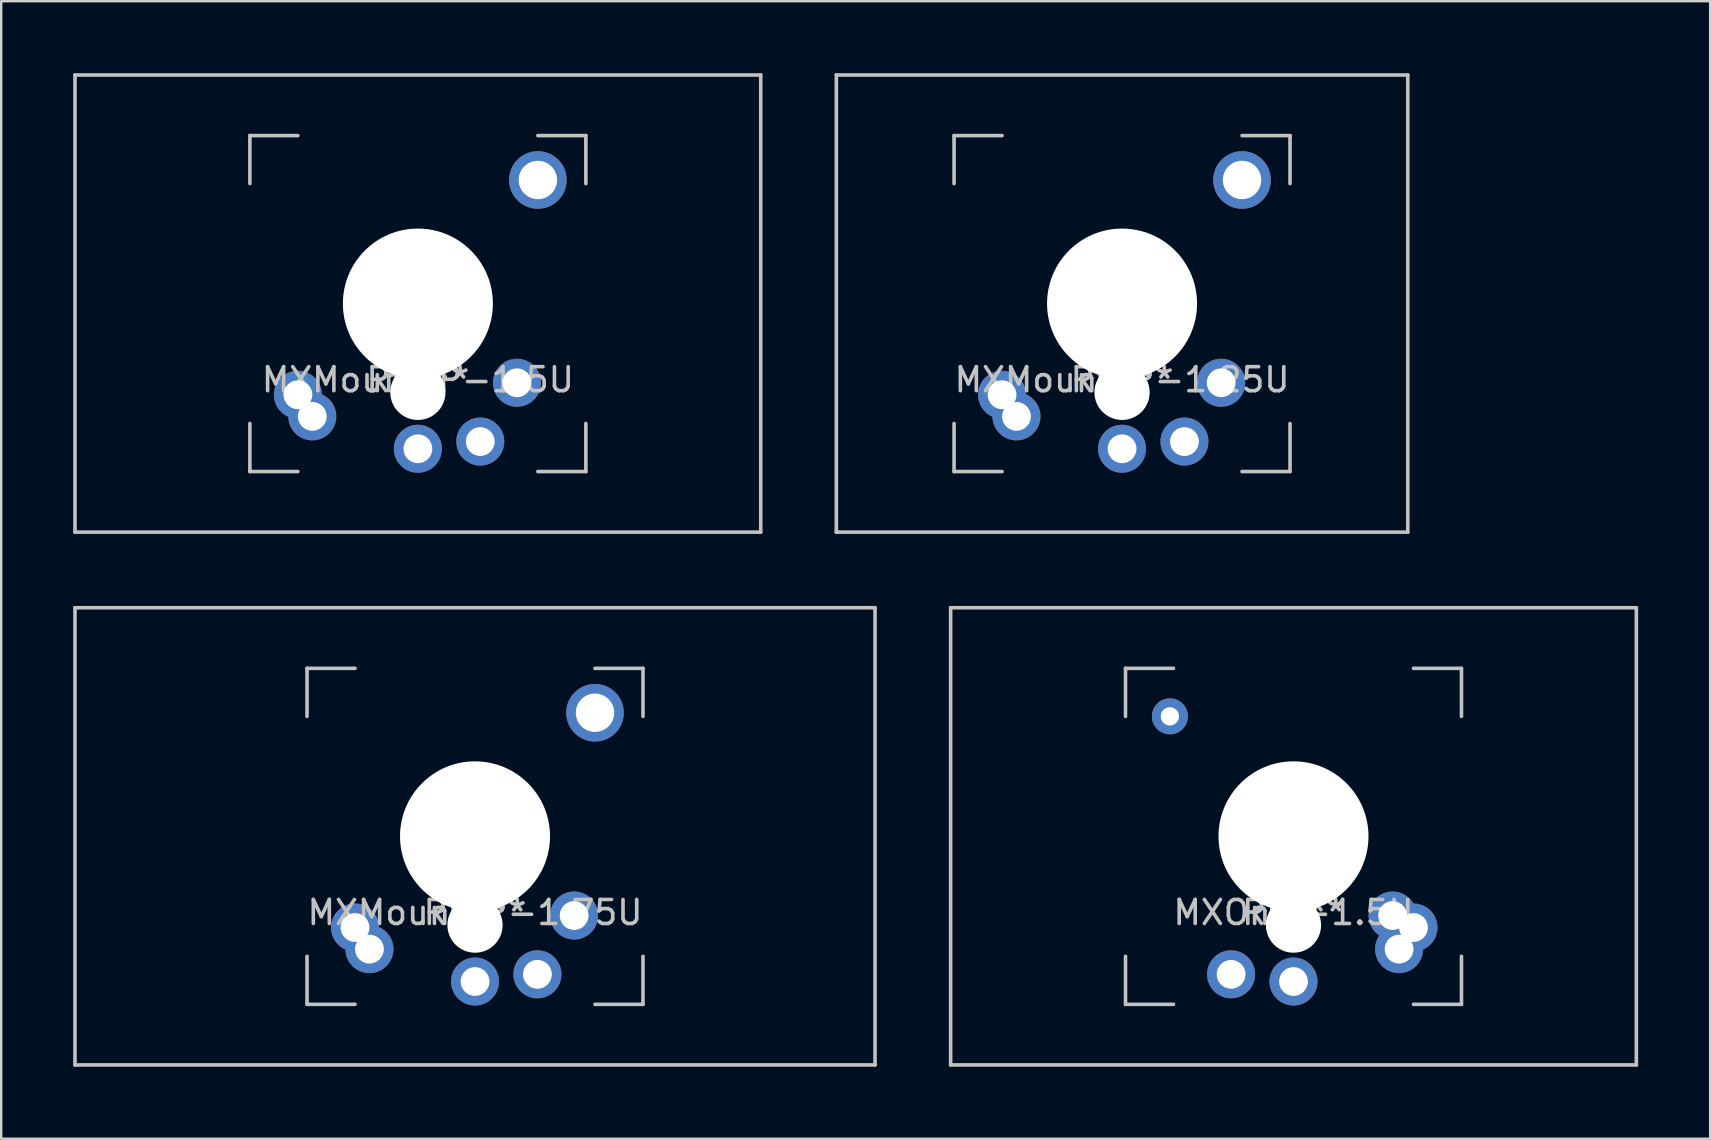
<source format=kicad_pcb>
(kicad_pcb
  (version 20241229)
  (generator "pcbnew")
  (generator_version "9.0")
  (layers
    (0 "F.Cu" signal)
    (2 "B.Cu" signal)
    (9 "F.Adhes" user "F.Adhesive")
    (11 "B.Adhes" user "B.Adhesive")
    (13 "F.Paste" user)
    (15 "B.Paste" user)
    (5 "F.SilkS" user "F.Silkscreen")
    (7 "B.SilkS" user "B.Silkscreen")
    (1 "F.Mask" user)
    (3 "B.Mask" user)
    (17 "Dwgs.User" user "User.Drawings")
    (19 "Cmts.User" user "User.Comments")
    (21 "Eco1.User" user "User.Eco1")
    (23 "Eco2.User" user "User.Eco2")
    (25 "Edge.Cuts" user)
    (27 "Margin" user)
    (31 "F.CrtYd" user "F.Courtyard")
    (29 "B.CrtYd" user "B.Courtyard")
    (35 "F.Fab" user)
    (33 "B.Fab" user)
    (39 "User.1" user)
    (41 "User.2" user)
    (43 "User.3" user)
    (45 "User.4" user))
  (footprint "MXOnly-1.5U"
    (layer "F.Cu")
    (at 50.85 31.8)
    (property "Reference" "MXOnly-1.5U" (at 0 3.175 0) (layer "Dwgs.User") (effects (font (size 1 1) (thickness 0.15))))
    (attr through_hole)
    (fp_line (start -14.287 -9.525) (end 14.287 -9.525) (stroke (width 0.15) (type solid)) (layer "Dwgs.User"))
    (fp_line (start -14.287 9.525) (end -14.287 -9.525) (stroke (width 0.15) (type solid)) (layer "Dwgs.User"))
    (fp_line (start -14.287 9.525) (end 14.287 9.525) (stroke (width 0.15) (type solid)) (layer "Dwgs.User"))
    (fp_line (start -7 -7) (end -7 -5) (stroke (width 0.15) (type solid)) (layer "Dwgs.User"))
    (fp_line (start -7 5) (end -7 7) (stroke (width 0.15) (type solid)) (layer "Dwgs.User"))
    (fp_line (start -7 7) (end -5 7) (stroke (width 0.15) (type solid)) (layer "Dwgs.User"))
    (fp_line (start -5 -7) (end -7 -7) (stroke (width 0.15) (type solid)) (layer "Dwgs.User"))
    (fp_line (start 5 -7) (end 7 -7) (stroke (width 0.15) (type solid)) (layer "Dwgs.User"))
    (fp_line (start 5 7) (end 7 7) (stroke (width 0.15) (type solid)) (layer "Dwgs.User"))
    (fp_line (start 7 -7) (end 7 -5) (stroke (width 0.15) (type solid)) (layer "Dwgs.User"))
    (fp_line (start 7 7) (end 7 5) (stroke (width 0.15) (type solid)) (layer "Dwgs.User"))
    (fp_line (start 14.287 -9.525) (end 14.287 9.525) (stroke (width 0.15) (type solid)) (layer "Dwgs.User"))
    (fp_text user "REF**" (at 0 3.175 0) (layer "Dwgs.User") (effects (font (size 1 1) (thickness 0.15))))
    (pad "" np_thru_hole circle (at 0 0 180) (size 6.25 6.25) (drill 6.25) (layers "*.Cu" "*.Mask"))
    (pad "" np_thru_hole circle (at 0 3.7 180) (size 2.3 2.3) (drill 2.3) (layers "*.Cu" "*.Mask"))
    (pad "1" thru_hole circle (at -2.6 5.75 41.9) (size 2 2) (drill 1.2) (layers "*.Cu" "*.Mask"))
    (pad "1" thru_hole circle (at 0 5.9) (size 1.2 1.2) (drill 0.762) (layers "*.Cu" "*.Mask"))
    (pad "1" thru_hole circle (at 0 6.05 180) (size 2 2) (drill 1.2) (layers "*.Cu" "*.Mask"))
    (pad "2" thru_hole circle (at 4.13 3.3 41.9) (size 2 2) (drill 1.2) (layers "*.Cu" "*.Mask"))
    (pad "2" thru_hole circle (at 4.4 4.7 41.9) (size 2 2) (drill 1.2) (layers "*.Cu" "*.Mask"))
    (pad "2" thru_hole circle (at 5 3.8) (size 2 2) (drill 1.2) (layers "*.Cu" "*.Mask"))
    (pad "3" thru_hole circle (at -5.15 -5) (size 1.5 1.5) (drill 0.762) (layers "*.Cu" "*.Mask")))
  (footprint "MXMountLP-1.25U"
    (layer "F.Cu")
    (at 43.706 9.6)
    (property "Reference" "MXMountLP-1.25U" (at 0 3.175 0) (layer "Dwgs.User") (effects (font (size 1 1) (thickness 0.15))))
    (attr through_hole)
    (fp_line (start -11.906 -9.525) (end 11.906 -9.525) (stroke (width 0.15) (type solid)) (layer "Dwgs.User"))
    (fp_line (start -11.906 9.525) (end -11.906 -9.525) (stroke (width 0.15) (type solid)) (layer "Dwgs.User"))
    (fp_line (start -11.906 9.525) (end 11.906 9.525) (stroke (width 0.15) (type solid)) (layer "Dwgs.User"))
    (fp_line (start -7 -7) (end -7 -5) (stroke (width 0.15) (type solid)) (layer "Dwgs.User"))
    (fp_line (start -7 5) (end -7 7) (stroke (width 0.15) (type solid)) (layer "Dwgs.User"))
    (fp_line (start -7 7) (end -5 7) (stroke (width 0.15) (type solid)) (layer "Dwgs.User"))
    (fp_line (start -5 -7) (end -7 -7) (stroke (width 0.15) (type solid)) (layer "Dwgs.User"))
    (fp_line (start 5 -7) (end 7 -7) (stroke (width 0.15) (type solid)) (layer "Dwgs.User"))
    (fp_line (start 5 7) (end 7 7) (stroke (width 0.15) (type solid)) (layer "Dwgs.User"))
    (fp_line (start 7 -7) (end 7 -5) (stroke (width 0.15) (type solid)) (layer "Dwgs.User"))
    (fp_line (start 7 7) (end 7 5) (stroke (width 0.15) (type solid)) (layer "Dwgs.User"))
    (fp_line (start 11.906 -9.525) (end 11.906 9.525) (stroke (width 0.15) (type solid)) (layer "Dwgs.User"))
    (fp_text user "REF**" (at 0 3.175 0) (layer "Dwgs.User") (effects (font (size 1 1) (thickness 0.15))))
    (pad "" np_thru_hole circle (at 0 0 180) (size 6.25 6.25) (drill 6.25) (layers "*.Cu" "*.Mask"))
    (pad "" np_thru_hole circle (at 0 3.7 180) (size 2.3 2.3) (drill 2.3) (layers "*.Cu" "*.Mask"))
    (pad "" thru_hole circle (at 5 -5.15 41.9) (size 2.4 2.4) (drill 1.6) (layers "*.Cu" "*.Mask"))
    (pad "1" thru_hole circle (at -5 3.8 41.9) (size 2 2) (drill 1.2) (layers "*.Cu" "*.Mask"))
    (pad "1" thru_hole circle (at -4.4 4.7 41.9) (size 2 2) (drill 1.2) (layers "*.Cu" "*.Mask"))
    (pad "1" thru_hole circle (at 4.13 3.3 41.9) (size 2 2) (drill 1.2) (layers "*.Cu" "*.Mask"))
    (pad "2" thru_hole circle (at 0 6.05 180) (size 2 2) (drill 1.2) (layers "*.Cu" "*.Mask"))
    (pad "2" thru_hole circle (at 2.6 5.75 41.9) (size 2 2) (drill 1.2) (layers "*.Cu" "*.Mask")))
  (footprint "MXMountLP-1.5U"
    (layer "F.Cu")
    (at 14.363 9.6)
    (property "Reference" "MXMountLP-1.5U" (at 0 3.175 0) (layer "Dwgs.User") (effects (font (size 1 1) (thickness 0.15))))
    (attr through_hole)
    (fp_line (start -14.287 -9.525) (end 14.287 -9.525) (stroke (width 0.15) (type solid)) (layer "Dwgs.User"))
    (fp_line (start -14.287 9.525) (end -14.287 -9.525) (stroke (width 0.15) (type solid)) (layer "Dwgs.User"))
    (fp_line (start -14.287 9.525) (end 14.287 9.525) (stroke (width 0.15) (type solid)) (layer "Dwgs.User"))
    (fp_line (start -7 -7) (end -7 -5) (stroke (width 0.15) (type solid)) (layer "Dwgs.User"))
    (fp_line (start -7 5) (end -7 7) (stroke (width 0.15) (type solid)) (layer "Dwgs.User"))
    (fp_line (start -7 7) (end -5 7) (stroke (width 0.15) (type solid)) (layer "Dwgs.User"))
    (fp_line (start -5 -7) (end -7 -7) (stroke (width 0.15) (type solid)) (layer "Dwgs.User"))
    (fp_line (start 5 -7) (end 7 -7) (stroke (width 0.15) (type solid)) (layer "Dwgs.User"))
    (fp_line (start 5 7) (end 7 7) (stroke (width 0.15) (type solid)) (layer "Dwgs.User"))
    (fp_line (start 7 -7) (end 7 -5) (stroke (width 0.15) (type solid)) (layer "Dwgs.User"))
    (fp_line (start 7 7) (end 7 5) (stroke (width 0.15) (type solid)) (layer "Dwgs.User"))
    (fp_line (start 14.287 -9.525) (end 14.287 9.525) (stroke (width 0.15) (type solid)) (layer "Dwgs.User"))
    (fp_text user "REF**" (at 0 3.175 0) (layer "Dwgs.User") (effects (font (size 1 1) (thickness 0.15))))
    (pad "" np_thru_hole circle (at 0 0 180) (size 6.25 6.25) (drill 6.25) (layers "*.Cu" "*.Mask"))
    (pad "" np_thru_hole circle (at 0 3.7 180) (size 2.3 2.3) (drill 2.3) (layers "*.Cu" "*.Mask"))
    (pad "" thru_hole circle (at 5 -5.15 41.9) (size 2.4 2.4) (drill 1.6) (layers "*.Cu" "*.Mask"))
    (pad "1" thru_hole circle (at -5 3.8 41.9) (size 2 2) (drill 1.2) (layers "*.Cu" "*.Mask"))
    (pad "1" thru_hole circle (at -4.4 4.7 41.9) (size 2 2) (drill 1.2) (layers "*.Cu" "*.Mask"))
    (pad "1" thru_hole circle (at 4.13 3.3 41.9) (size 2 2) (drill 1.2) (layers "*.Cu" "*.Mask"))
    (pad "2" thru_hole circle (at 0 6.05 180) (size 2 2) (drill 1.2) (layers "*.Cu" "*.Mask"))
    (pad "2" thru_hole circle (at 2.6 5.75 41.9) (size 2 2) (drill 1.2) (layers "*.Cu" "*.Mask")))
  (footprint "MXMountLP-1.75U"
    (layer "F.Cu")
    (at 16.744 31.8)
    (property "Reference" "MXMountLP-1.75U" (at 0 3.175 0) (layer "Dwgs.User") (effects (font (size 1 1) (thickness 0.15))))
    (attr through_hole)
    (fp_line (start -16.669 -9.525) (end 16.669 -9.525) (stroke (width 0.15) (type solid)) (layer "Dwgs.User"))
    (fp_line (start -16.669 9.525) (end -16.669 -9.525) (stroke (width 0.15) (type solid)) (layer "Dwgs.User"))
    (fp_line (start -16.669 9.525) (end 16.669 9.525) (stroke (width 0.15) (type solid)) (layer "Dwgs.User"))
    (fp_line (start -7 -7) (end -7 -5) (stroke (width 0.15) (type solid)) (layer "Dwgs.User"))
    (fp_line (start -7 5) (end -7 7) (stroke (width 0.15) (type solid)) (layer "Dwgs.User"))
    (fp_line (start -7 7) (end -5 7) (stroke (width 0.15) (type solid)) (layer "Dwgs.User"))
    (fp_line (start -5 -7) (end -7 -7) (stroke (width 0.15) (type solid)) (layer "Dwgs.User"))
    (fp_line (start 5 -7) (end 7 -7) (stroke (width 0.15) (type solid)) (layer "Dwgs.User"))
    (fp_line (start 5 7) (end 7 7) (stroke (width 0.15) (type solid)) (layer "Dwgs.User"))
    (fp_line (start 7 -7) (end 7 -5) (stroke (width 0.15) (type solid)) (layer "Dwgs.User"))
    (fp_line (start 7 7) (end 7 5) (stroke (width 0.15) (type solid)) (layer "Dwgs.User"))
    (fp_line (start 16.669 -9.525) (end 16.669 9.525) (stroke (width 0.15) (type solid)) (layer "Dwgs.User"))
    (fp_text user "REF**" (at 0 3.175 0) (layer "Dwgs.User") (effects (font (size 1 1) (thickness 0.15))))
    (pad "" np_thru_hole circle (at 0 0 180) (size 6.25 6.25) (drill 6.25) (layers "*.Cu" "*.Mask"))
    (pad "" np_thru_hole circle (at 0 3.7 180) (size 2.3 2.3) (drill 2.3) (layers "*.Cu" "*.Mask"))
    (pad "" thru_hole circle (at 5 -5.15 41.9) (size 2.4 2.4) (drill 1.6) (layers "*.Cu" "*.Mask"))
    (pad "1" thru_hole circle (at -5 3.8 41.9) (size 2 2) (drill 1.2) (layers "*.Cu" "*.Mask"))
    (pad "1" thru_hole circle (at -4.4 4.7 41.9) (size 2 2) (drill 1.2) (layers "*.Cu" "*.Mask"))
    (pad "1" thru_hole circle (at 4.13 3.3 41.9) (size 2 2) (drill 1.2) (layers "*.Cu" "*.Mask"))
    (pad "2" thru_hole circle (at 0 6.05 180) (size 2 2) (drill 1.2) (layers "*.Cu" "*.Mask"))
    (pad "2" thru_hole circle (at 2.6 5.75 41.9) (size 2 2) (drill 1.2) (layers "*.Cu" "*.Mask")))
  (gr_rect
    (start -3 -3)
    (end 68.213 44.4)
    (stroke (width 0.1) (type default))
    (fill no)
    (layer "Edge.Cuts")))
</source>
